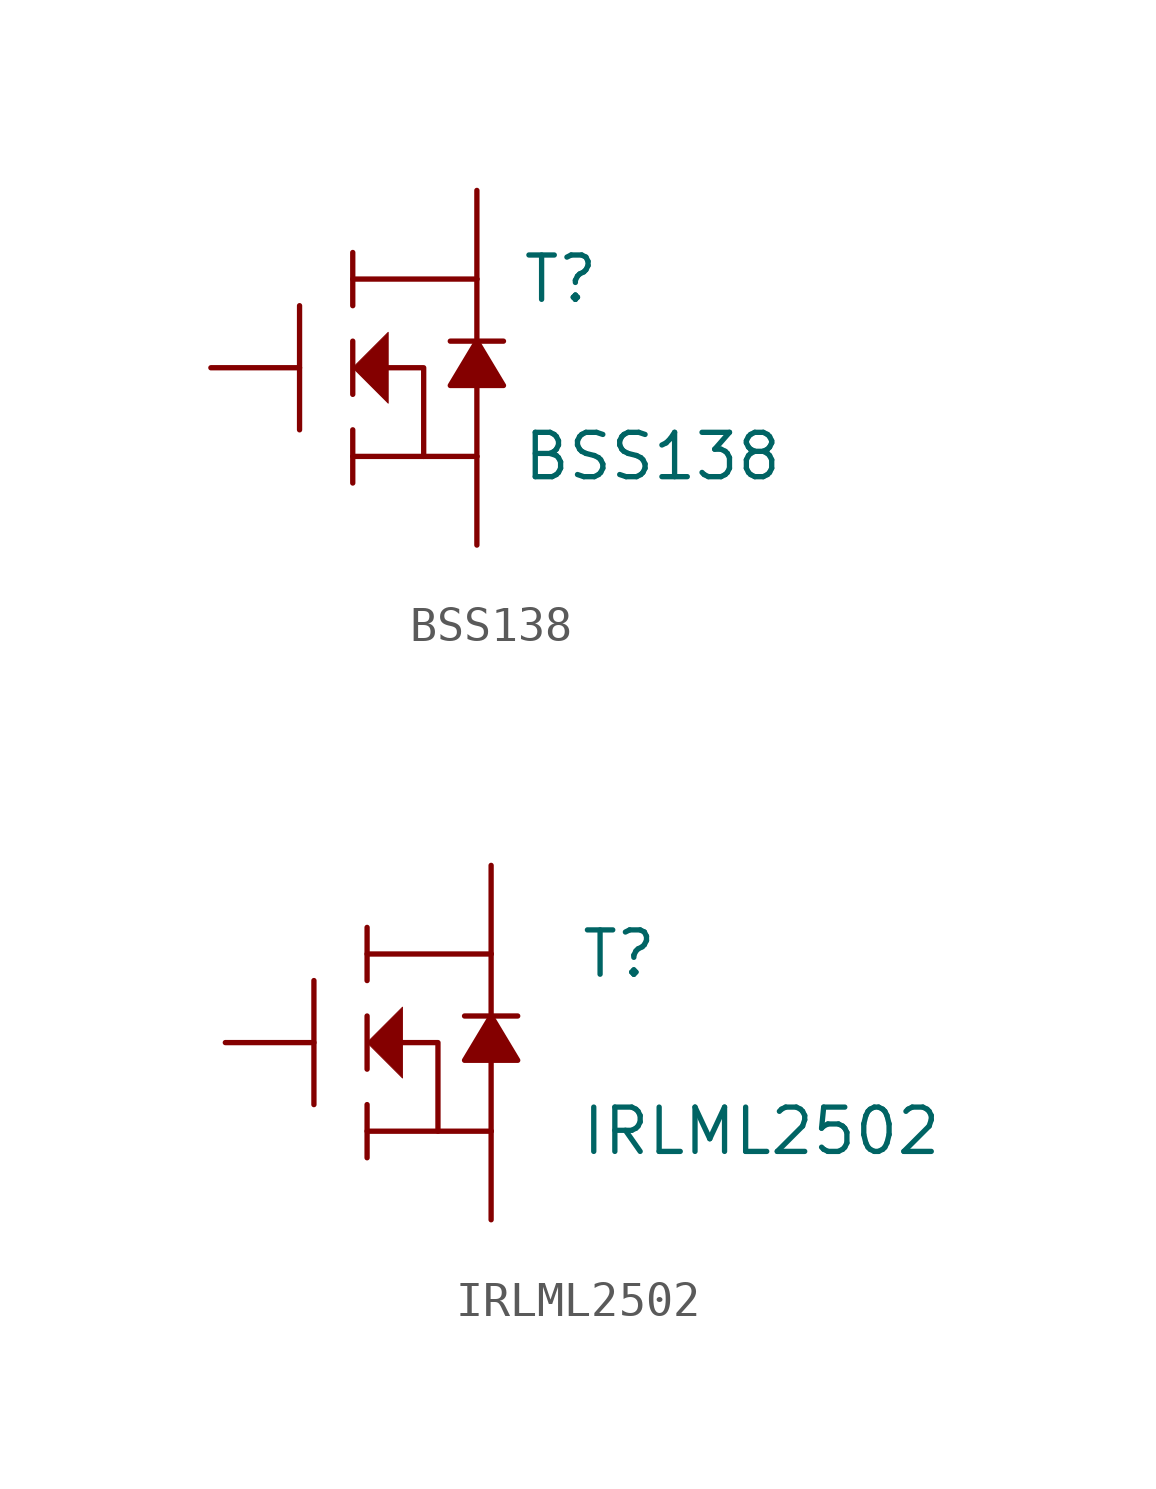
<source format=kicad_sym>
(kicad_symbol_lib
  (version 20211014)
  (generator kicad_symbol_editor)
  (symbol "BSS138"
    (pin_numbers hide)
    (pin_names
      (offset 0) hide)
    (property "Reference" "T"
      (at 3.81 2.54 0)
      (effects (font (size 1.27 1.27)) (justify left)))
    (property "Value" "BSS138"
      (at 3.81 -2.54 0)
      (effects (font (size 1.27 1.27)) (justify left)))
    (symbol "BSS138_1_1"
      (polyline (pts (xy -2.54 1.778) (xy -2.54 -1.778)) (stroke (width 0) (type default) (color 0 0 0 0)) (fill (type none)))
      (polyline (pts (xy -1.016 -2.54) (xy 2.54 -2.54)) (stroke (width 0) (type default) (color 0 0 0 0)) (fill (type none)))
      (polyline (pts (xy -1.016 -1.778) (xy -1.016 -3.302)) (stroke (width 0) (type default) (color 0 0 0 0)) (fill (type none)))
      (polyline (pts (xy -1.016 0.762) (xy -1.016 -0.762)) (stroke (width 0) (type default) (color 0 0 0 0)) (fill (type none)))
      (polyline (pts (xy -1.016 2.54) (xy 2.54 2.54)) (stroke (width 0) (type default) (color 0 0 0 0)) (fill (type none)))
      (polyline (pts (xy -1.016 3.302) (xy -1.016 1.778)) (stroke (width 0) (type default) (color 0 0 0 0)) (fill (type none)))
      (polyline (pts (xy 1.778 0.762) (xy 3.302 0.762)) (stroke (width 0) (type default) (color 0 0 0 0)) (fill (type none)))
      (polyline (pts (xy 2.54 -0.508) (xy 2.54 -2.54)) (stroke (width 0) (type default) (color 0 0 0 0)) (fill (type none)))
      (polyline (pts (xy 2.54 0.762) (xy 2.54 2.54)) (stroke (width 0) (type default) (color 0 0 0 0)) (fill (type none)))
      (polyline (pts (xy 0 0) (xy 1.016 0) (xy 1.016 -2.54)) (stroke (width 0) (type default) (color 0 0 0 0)) (fill (type none)))
      (polyline (pts (xy -1.016 0) (xy 0 1.016) (xy 0 -1.016) (xy -1.016 0)) (stroke (width 0.025) (type default) (color 0 0 0 0)) (fill (type outline)))
      (polyline (pts (xy 2.54 0.762) (xy 1.778 -0.508) (xy 3.302 -0.508) (xy 2.54 0.762)) (stroke (width 0) (type default) (color 0 0 0 0)) (fill (type outline)))
      (pin input line (at -5.08 0 0) (length 2.54) (name "G" (effects (font (size 1.27 1.27)))) (number "1" (effects (font (size 1.27 1.27)))))
      (pin input line (at 2.54 -5.08 90) (length 2.54) (name "S" (effects (font (size 1.27 1.27)))) (number "2" (effects (font (size 1.27 1.27)))))
      (pin input line (at 2.54 5.08 270) (length 2.54) (name "D" (effects (font (size 1.27 1.27)))) (number "3" (effects (font (size 1.27 1.27)))))))
  (symbol "IRLML2502"
    (pin_numbers hide)
    (pin_names
      (offset 0) hide)
    (property "Reference" "T"
      (at 5.08 2.54 0)
      (effects (font (size 1.27 1.27)) (justify left)))
    (property "Value" "IRLML2502"
      (at 5.08 -2.54 0)
      (effects (font (size 1.27 1.27)) (justify left)))
    (symbol "IRLML2502_0_1"
      (polyline (pts (xy -2.54 1.778) (xy -2.54 -1.778)) (stroke (width 0) (type default) (color 0 0 0 0)) (fill (type none)))
      (polyline (pts (xy -1.016 -2.54) (xy 2.54 -2.54)) (stroke (width 0) (type default) (color 0 0 0 0)) (fill (type none)))
      (polyline (pts (xy -1.016 -1.778) (xy -1.016 -3.302)) (stroke (width 0) (type default) (color 0 0 0 0)) (fill (type none)))
      (polyline (pts (xy -1.016 0.762) (xy -1.016 -0.762)) (stroke (width 0) (type default) (color 0 0 0 0)) (fill (type none)))
      (polyline (pts (xy -1.016 2.54) (xy 2.54 2.54)) (stroke (width 0) (type default) (color 0 0 0 0)) (fill (type none)))
      (polyline (pts (xy -1.016 3.302) (xy -1.016 1.778)) (stroke (width 0) (type default) (color 0 0 0 0)) (fill (type none)))
      (polyline (pts (xy 0 0) (xy 1.016 0) (xy 1.016 -2.54)) (stroke (width 0) (type default) (color 0 0 0 0)) (fill (type none)))
      (polyline (pts (xy -1.016 0) (xy 0 1.016) (xy 0 -1.016) (xy -1.016 0)) (stroke (width 0.025) (type default) (color 0 0 0 0)) (fill (type outline))))
    (symbol "IRLML2502_1_1"
      (polyline (pts (xy 1.778 0.762) (xy 3.302 0.762)) (stroke (width 0) (type default) (color 0 0 0 0)) (fill (type none)))
      (polyline (pts (xy 2.54 -0.508) (xy 2.54 -2.54)) (stroke (width 0) (type default) (color 0 0 0 0)) (fill (type none)))
      (polyline (pts (xy 2.54 0.762) (xy 2.54 2.54)) (stroke (width 0) (type default) (color 0 0 0 0)) (fill (type none)))
      (polyline (pts (xy 2.54 0.762) (xy 1.778 -0.508) (xy 3.302 -0.508) (xy 2.54 0.762)) (stroke (width 0) (type default) (color 0 0 0 0)) (fill (type outline)))
      (pin input line (at -5.08 0 0) (length 2.54) (name "G" (effects (font (size 1.27 1.27)))) (number "1" (effects (font (size 1.27 1.27)))))
      (pin input line (at 2.54 -5.08 90) (length 2.54) (name "S" (effects (font (size 1.27 1.27)))) (number "2" (effects (font (size 1.27 1.27)))))
      (pin input line (at 2.54 5.08 270) (length 2.54) (name "D" (effects (font (size 1.27 1.27)))) (number "3" (effects (font (size 1.27 1.27))))))))
</source>
